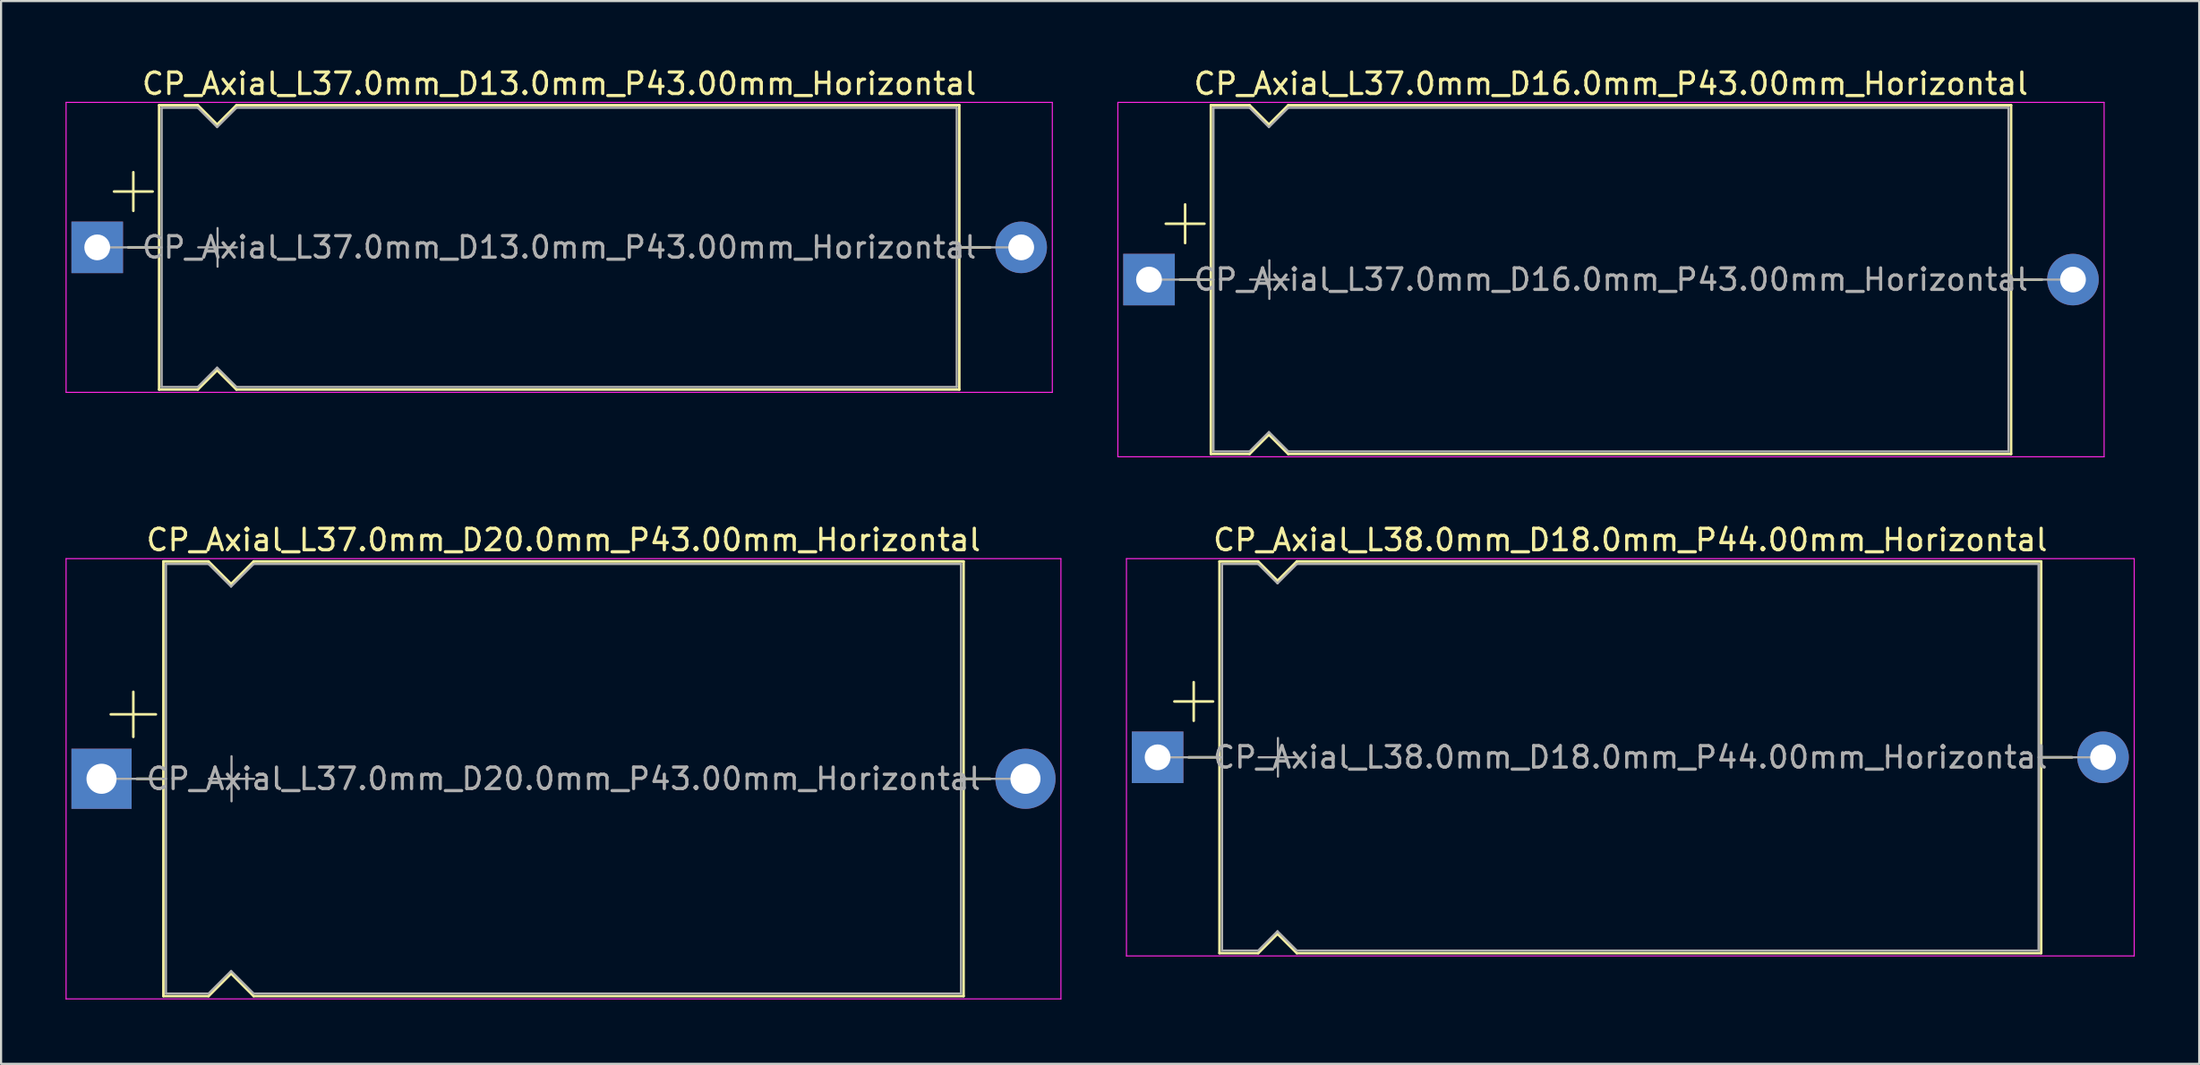
<source format=kicad_pcb>
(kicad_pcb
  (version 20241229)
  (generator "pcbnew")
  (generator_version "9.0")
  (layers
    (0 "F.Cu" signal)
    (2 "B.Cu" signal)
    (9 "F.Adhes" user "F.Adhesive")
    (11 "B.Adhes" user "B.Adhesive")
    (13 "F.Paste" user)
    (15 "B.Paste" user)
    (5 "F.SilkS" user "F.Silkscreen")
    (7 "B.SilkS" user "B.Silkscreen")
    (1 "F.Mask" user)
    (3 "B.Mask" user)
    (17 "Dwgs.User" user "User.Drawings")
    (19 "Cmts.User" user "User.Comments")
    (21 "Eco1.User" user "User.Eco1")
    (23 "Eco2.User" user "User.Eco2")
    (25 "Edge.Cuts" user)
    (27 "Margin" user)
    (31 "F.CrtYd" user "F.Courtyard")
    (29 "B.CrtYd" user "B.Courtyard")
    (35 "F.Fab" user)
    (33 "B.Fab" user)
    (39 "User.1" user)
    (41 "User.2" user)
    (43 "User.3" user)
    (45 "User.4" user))
  (footprint "CP_Axial_L37.0mm_D13.0mm_P43.00mm_Horizontal"
    (layer "F.Cu")
    (at 1.475 8.468)
    (property "Reference" "CP_Axial_L37.0mm_D13.0mm_P43.00mm_Horizontal" (at 21.5 -7.62 0) (layer "F.SilkS") (effects (font (size 1 1) (thickness 0.15))))
    (attr through_hole)
    (fp_line (start 0.78 -2.6) (end 2.58 -2.6) (stroke (width 0.12) (type solid)) (layer "F.SilkS"))
    (fp_line (start 1.44 0) (end 2.88 0) (stroke (width 0.12) (type solid)) (layer "F.SilkS"))
    (fp_line (start 1.68 -3.5) (end 1.68 -1.7) (stroke (width 0.12) (type solid)) (layer "F.SilkS"))
    (fp_line (start 2.88 -6.62) (end 2.88 6.62) (stroke (width 0.12) (type solid)) (layer "F.SilkS"))
    (fp_line (start 2.88 -6.62) (end 4.68 -6.62) (stroke (width 0.12) (type solid)) (layer "F.SilkS"))
    (fp_line (start 2.88 6.62) (end 4.68 6.62) (stroke (width 0.12) (type solid)) (layer "F.SilkS"))
    (fp_line (start 4.68 -6.62) (end 5.58 -5.72) (stroke (width 0.12) (type solid)) (layer "F.SilkS"))
    (fp_line (start 4.68 6.62) (end 5.58 5.72) (stroke (width 0.12) (type solid)) (layer "F.SilkS"))
    (fp_line (start 5.58 -5.72) (end 6.48 -6.62) (stroke (width 0.12) (type solid)) (layer "F.SilkS"))
    (fp_line (start 5.58 5.72) (end 6.48 6.62) (stroke (width 0.12) (type solid)) (layer "F.SilkS"))
    (fp_line (start 6.48 -6.62) (end 40.12 -6.62) (stroke (width 0.12) (type solid)) (layer "F.SilkS"))
    (fp_line (start 6.48 6.62) (end 40.12 6.62) (stroke (width 0.12) (type solid)) (layer "F.SilkS"))
    (fp_line (start 40.12 -6.62) (end 40.12 6.62) (stroke (width 0.12) (type solid)) (layer "F.SilkS"))
    (fp_line (start 41.56 0) (end 40.12 0) (stroke (width 0.12) (type solid)) (layer "F.SilkS"))
    (fp_line (start -1.45 -6.75) (end -1.45 6.75) (stroke (width 0.05) (type solid)) (layer "F.CrtYd"))
    (fp_line (start -1.45 6.75) (end 44.45 6.75) (stroke (width 0.05) (type solid)) (layer "F.CrtYd"))
    (fp_line (start 44.45 -6.75) (end -1.45 -6.75) (stroke (width 0.05) (type solid)) (layer "F.CrtYd"))
    (fp_line (start 44.45 6.75) (end 44.45 -6.75) (stroke (width 0.05) (type solid)) (layer "F.CrtYd"))
    (fp_line (start 0 0) (end 3 0) (stroke (width 0.1) (type solid)) (layer "F.Fab"))
    (fp_line (start 3 -6.5) (end 3 6.5) (stroke (width 0.1) (type solid)) (layer "F.Fab"))
    (fp_line (start 3 -6.5) (end 4.68 -6.5) (stroke (width 0.1) (type solid)) (layer "F.Fab"))
    (fp_line (start 3 6.5) (end 4.68 6.5) (stroke (width 0.1) (type solid)) (layer "F.Fab"))
    (fp_line (start 4.68 -6.5) (end 5.58 -5.6) (stroke (width 0.1) (type solid)) (layer "F.Fab"))
    (fp_line (start 4.68 6.5) (end 5.58 5.6) (stroke (width 0.1) (type solid)) (layer "F.Fab"))
    (fp_line (start 4.7 0) (end 6.5 0) (stroke (width 0.1) (type solid)) (layer "F.Fab"))
    (fp_line (start 5.58 -5.6) (end 6.48 -6.5) (stroke (width 0.1) (type solid)) (layer "F.Fab"))
    (fp_line (start 5.58 5.6) (end 6.48 6.5) (stroke (width 0.1) (type solid)) (layer "F.Fab"))
    (fp_line (start 5.6 -0.9) (end 5.6 0.9) (stroke (width 0.1) (type solid)) (layer "F.Fab"))
    (fp_line (start 6.48 -6.5) (end 40 -6.5) (stroke (width 0.1) (type solid)) (layer "F.Fab"))
    (fp_line (start 6.48 6.5) (end 40 6.5) (stroke (width 0.1) (type solid)) (layer "F.Fab"))
    (fp_line (start 40 -6.5) (end 40 6.5) (stroke (width 0.1) (type solid)) (layer "F.Fab"))
    (fp_line (start 43 0) (end 40 0) (stroke (width 0.1) (type solid)) (layer "F.Fab"))
    (fp_text user "${REFERENCE}" (at 21.5 0 0) (layer "F.Fab") (effects (font (size 1 1) (thickness 0.15))))
    (pad "1" thru_hole rect (at 0 0) (size 2.4 2.4) (drill 1.2) (layers "*.Cu" "*.Mask"))
    (pad "2" thru_hole oval (at 43 0) (size 2.4 2.4) (drill 1.2) (layers "*.Cu" "*.Mask")))
  (footprint "CP_Axial_L37.0mm_D20.0mm_P43.00mm_Horizontal"
    (layer "F.Cu")
    (at 1.675 33.212)
    (property "Reference" "CP_Axial_L37.0mm_D20.0mm_P43.00mm_Horizontal" (at 21.5 -11.12 0) (layer "F.SilkS") (effects (font (size 1 1) (thickness 0.15))))
    (attr through_hole)
    (fp_line (start 0.43 -3) (end 2.53 -3) (stroke (width 0.12) (type solid)) (layer "F.SilkS"))
    (fp_line (start 1.48 -4.05) (end 1.48 -1.95) (stroke (width 0.12) (type solid)) (layer "F.SilkS"))
    (fp_line (start 1.64 0) (end 2.88 0) (stroke (width 0.12) (type solid)) (layer "F.SilkS"))
    (fp_line (start 2.88 -10.12) (end 2.88 10.12) (stroke (width 0.12) (type solid)) (layer "F.SilkS"))
    (fp_line (start 2.88 -10.12) (end 4.98 -10.12) (stroke (width 0.12) (type solid)) (layer "F.SilkS"))
    (fp_line (start 2.88 10.12) (end 4.98 10.12) (stroke (width 0.12) (type solid)) (layer "F.SilkS"))
    (fp_line (start 4.98 -10.12) (end 6.03 -9.07) (stroke (width 0.12) (type solid)) (layer "F.SilkS"))
    (fp_line (start 4.98 10.12) (end 6.03 9.07) (stroke (width 0.12) (type solid)) (layer "F.SilkS"))
    (fp_line (start 6.03 -9.07) (end 7.08 -10.12) (stroke (width 0.12) (type solid)) (layer "F.SilkS"))
    (fp_line (start 6.03 9.07) (end 7.08 10.12) (stroke (width 0.12) (type solid)) (layer "F.SilkS"))
    (fp_line (start 7.08 -10.12) (end 40.12 -10.12) (stroke (width 0.12) (type solid)) (layer "F.SilkS"))
    (fp_line (start 7.08 10.12) (end 40.12 10.12) (stroke (width 0.12) (type solid)) (layer "F.SilkS"))
    (fp_line (start 40.12 -10.12) (end 40.12 10.12) (stroke (width 0.12) (type solid)) (layer "F.SilkS"))
    (fp_line (start 41.36 0) (end 40.12 0) (stroke (width 0.12) (type solid)) (layer "F.SilkS"))
    (fp_line (start -1.65 -10.25) (end -1.65 10.25) (stroke (width 0.05) (type solid)) (layer "F.CrtYd"))
    (fp_line (start -1.65 10.25) (end 44.65 10.25) (stroke (width 0.05) (type solid)) (layer "F.CrtYd"))
    (fp_line (start 44.65 -10.25) (end -1.65 -10.25) (stroke (width 0.05) (type solid)) (layer "F.CrtYd"))
    (fp_line (start 44.65 10.25) (end 44.65 -10.25) (stroke (width 0.05) (type solid)) (layer "F.CrtYd"))
    (fp_line (start 0 0) (end 3 0) (stroke (width 0.1) (type solid)) (layer "F.Fab"))
    (fp_line (start 3 -10) (end 3 10) (stroke (width 0.1) (type solid)) (layer "F.Fab"))
    (fp_line (start 3 -10) (end 4.98 -10) (stroke (width 0.1) (type solid)) (layer "F.Fab"))
    (fp_line (start 3 10) (end 4.98 10) (stroke (width 0.1) (type solid)) (layer "F.Fab"))
    (fp_line (start 4.98 -10) (end 6.03 -8.95) (stroke (width 0.1) (type solid)) (layer "F.Fab"))
    (fp_line (start 4.98 10) (end 6.03 8.95) (stroke (width 0.1) (type solid)) (layer "F.Fab"))
    (fp_line (start 5 0) (end 7.1 0) (stroke (width 0.1) (type solid)) (layer "F.Fab"))
    (fp_line (start 6.03 -8.95) (end 7.08 -10) (stroke (width 0.1) (type solid)) (layer "F.Fab"))
    (fp_line (start 6.03 8.95) (end 7.08 10) (stroke (width 0.1) (type solid)) (layer "F.Fab"))
    (fp_line (start 6.05 -1.05) (end 6.05 1.05) (stroke (width 0.1) (type solid)) (layer "F.Fab"))
    (fp_line (start 7.08 -10) (end 40 -10) (stroke (width 0.1) (type solid)) (layer "F.Fab"))
    (fp_line (start 7.08 10) (end 40 10) (stroke (width 0.1) (type solid)) (layer "F.Fab"))
    (fp_line (start 40 -10) (end 40 10) (stroke (width 0.1) (type solid)) (layer "F.Fab"))
    (fp_line (start 43 0) (end 40 0) (stroke (width 0.1) (type solid)) (layer "F.Fab"))
    (fp_text user "${REFERENCE}" (at 21.5 0 0) (layer "F.Fab") (effects (font (size 1 1) (thickness 0.15))))
    (pad "1" thru_hole rect (at 0 0) (size 2.8 2.8) (drill 1.4) (layers "*.Cu" "*.Mask"))
    (pad "2" thru_hole oval (at 43 0) (size 2.8 2.8) (drill 1.4) (layers "*.Cu" "*.Mask")))
  (footprint "CP_Axial_L37.0mm_D16.0mm_P43.00mm_Horizontal"
    (layer "F.Cu")
    (at 50.425 9.968)
    (property "Reference" "CP_Axial_L37.0mm_D16.0mm_P43.00mm_Horizontal" (at 21.5 -9.12 0) (layer "F.SilkS") (effects (font (size 1 1) (thickness 0.15))))
    (attr through_hole)
    (fp_line (start 0.78 -2.6) (end 2.58 -2.6) (stroke (width 0.12) (type solid)) (layer "F.SilkS"))
    (fp_line (start 1.44 0) (end 2.88 0) (stroke (width 0.12) (type solid)) (layer "F.SilkS"))
    (fp_line (start 1.68 -3.5) (end 1.68 -1.7) (stroke (width 0.12) (type solid)) (layer "F.SilkS"))
    (fp_line (start 2.88 -8.12) (end 2.88 8.12) (stroke (width 0.12) (type solid)) (layer "F.SilkS"))
    (fp_line (start 2.88 -8.12) (end 4.68 -8.12) (stroke (width 0.12) (type solid)) (layer "F.SilkS"))
    (fp_line (start 2.88 8.12) (end 4.68 8.12) (stroke (width 0.12) (type solid)) (layer "F.SilkS"))
    (fp_line (start 4.68 -8.12) (end 5.58 -7.22) (stroke (width 0.12) (type solid)) (layer "F.SilkS"))
    (fp_line (start 4.68 8.12) (end 5.58 7.22) (stroke (width 0.12) (type solid)) (layer "F.SilkS"))
    (fp_line (start 5.58 -7.22) (end 6.48 -8.12) (stroke (width 0.12) (type solid)) (layer "F.SilkS"))
    (fp_line (start 5.58 7.22) (end 6.48 8.12) (stroke (width 0.12) (type solid)) (layer "F.SilkS"))
    (fp_line (start 6.48 -8.12) (end 40.12 -8.12) (stroke (width 0.12) (type solid)) (layer "F.SilkS"))
    (fp_line (start 6.48 8.12) (end 40.12 8.12) (stroke (width 0.12) (type solid)) (layer "F.SilkS"))
    (fp_line (start 40.12 -8.12) (end 40.12 8.12) (stroke (width 0.12) (type solid)) (layer "F.SilkS"))
    (fp_line (start 41.56 0) (end 40.12 0) (stroke (width 0.12) (type solid)) (layer "F.SilkS"))
    (fp_line (start -1.45 -8.25) (end -1.45 8.25) (stroke (width 0.05) (type solid)) (layer "F.CrtYd"))
    (fp_line (start -1.45 8.25) (end 44.45 8.25) (stroke (width 0.05) (type solid)) (layer "F.CrtYd"))
    (fp_line (start 44.45 -8.25) (end -1.45 -8.25) (stroke (width 0.05) (type solid)) (layer "F.CrtYd"))
    (fp_line (start 44.45 8.25) (end 44.45 -8.25) (stroke (width 0.05) (type solid)) (layer "F.CrtYd"))
    (fp_line (start 0 0) (end 3 0) (stroke (width 0.1) (type solid)) (layer "F.Fab"))
    (fp_line (start 3 -8) (end 3 8) (stroke (width 0.1) (type solid)) (layer "F.Fab"))
    (fp_line (start 3 -8) (end 4.68 -8) (stroke (width 0.1) (type solid)) (layer "F.Fab"))
    (fp_line (start 3 8) (end 4.68 8) (stroke (width 0.1) (type solid)) (layer "F.Fab"))
    (fp_line (start 4.68 -8) (end 5.58 -7.1) (stroke (width 0.1) (type solid)) (layer "F.Fab"))
    (fp_line (start 4.68 8) (end 5.58 7.1) (stroke (width 0.1) (type solid)) (layer "F.Fab"))
    (fp_line (start 4.7 0) (end 6.5 0) (stroke (width 0.1) (type solid)) (layer "F.Fab"))
    (fp_line (start 5.58 -7.1) (end 6.48 -8) (stroke (width 0.1) (type solid)) (layer "F.Fab"))
    (fp_line (start 5.58 7.1) (end 6.48 8) (stroke (width 0.1) (type solid)) (layer "F.Fab"))
    (fp_line (start 5.6 -0.9) (end 5.6 0.9) (stroke (width 0.1) (type solid)) (layer "F.Fab"))
    (fp_line (start 6.48 -8) (end 40 -8) (stroke (width 0.1) (type solid)) (layer "F.Fab"))
    (fp_line (start 6.48 8) (end 40 8) (stroke (width 0.1) (type solid)) (layer "F.Fab"))
    (fp_line (start 40 -8) (end 40 8) (stroke (width 0.1) (type solid)) (layer "F.Fab"))
    (fp_line (start 43 0) (end 40 0) (stroke (width 0.1) (type solid)) (layer "F.Fab"))
    (fp_text user "${REFERENCE}" (at 21.5 0 0) (layer "F.Fab") (effects (font (size 1 1) (thickness 0.15))))
    (pad "1" thru_hole rect (at 0 0) (size 2.4 2.4) (drill 1.2) (layers "*.Cu" "*.Mask"))
    (pad "2" thru_hole oval (at 43 0) (size 2.4 2.4) (drill 1.2) (layers "*.Cu" "*.Mask")))
  (footprint "CP_Axial_L38.0mm_D18.0mm_P44.00mm_Horizontal"
    (layer "F.Cu")
    (at 50.825 32.212)
    (property "Reference" "CP_Axial_L38.0mm_D18.0mm_P44.00mm_Horizontal" (at 22 -10.12 0) (layer "F.SilkS") (effects (font (size 1 1) (thickness 0.15))))
    (attr through_hole)
    (fp_line (start 0.78 -2.6) (end 2.58 -2.6) (stroke (width 0.12) (type solid)) (layer "F.SilkS"))
    (fp_line (start 1.44 0) (end 2.88 0) (stroke (width 0.12) (type solid)) (layer "F.SilkS"))
    (fp_line (start 1.68 -3.5) (end 1.68 -1.7) (stroke (width 0.12) (type solid)) (layer "F.SilkS"))
    (fp_line (start 2.88 -9.12) (end 2.88 9.12) (stroke (width 0.12) (type solid)) (layer "F.SilkS"))
    (fp_line (start 2.88 -9.12) (end 4.68 -9.12) (stroke (width 0.12) (type solid)) (layer "F.SilkS"))
    (fp_line (start 2.88 9.12) (end 4.68 9.12) (stroke (width 0.12) (type solid)) (layer "F.SilkS"))
    (fp_line (start 4.68 -9.12) (end 5.58 -8.22) (stroke (width 0.12) (type solid)) (layer "F.SilkS"))
    (fp_line (start 4.68 9.12) (end 5.58 8.22) (stroke (width 0.12) (type solid)) (layer "F.SilkS"))
    (fp_line (start 5.58 -8.22) (end 6.48 -9.12) (stroke (width 0.12) (type solid)) (layer "F.SilkS"))
    (fp_line (start 5.58 8.22) (end 6.48 9.12) (stroke (width 0.12) (type solid)) (layer "F.SilkS"))
    (fp_line (start 6.48 -9.12) (end 41.12 -9.12) (stroke (width 0.12) (type solid)) (layer "F.SilkS"))
    (fp_line (start 6.48 9.12) (end 41.12 9.12) (stroke (width 0.12) (type solid)) (layer "F.SilkS"))
    (fp_line (start 41.12 -9.12) (end 41.12 9.12) (stroke (width 0.12) (type solid)) (layer "F.SilkS"))
    (fp_line (start 42.56 0) (end 41.12 0) (stroke (width 0.12) (type solid)) (layer "F.SilkS"))
    (fp_line (start -1.45 -9.25) (end -1.45 9.25) (stroke (width 0.05) (type solid)) (layer "F.CrtYd"))
    (fp_line (start -1.45 9.25) (end 45.45 9.25) (stroke (width 0.05) (type solid)) (layer "F.CrtYd"))
    (fp_line (start 45.45 -9.25) (end -1.45 -9.25) (stroke (width 0.05) (type solid)) (layer "F.CrtYd"))
    (fp_line (start 45.45 9.25) (end 45.45 -9.25) (stroke (width 0.05) (type solid)) (layer "F.CrtYd"))
    (fp_line (start 0 0) (end 3 0) (stroke (width 0.1) (type solid)) (layer "F.Fab"))
    (fp_line (start 3 -9) (end 3 9) (stroke (width 0.1) (type solid)) (layer "F.Fab"))
    (fp_line (start 3 -9) (end 4.68 -9) (stroke (width 0.1) (type solid)) (layer "F.Fab"))
    (fp_line (start 3 9) (end 4.68 9) (stroke (width 0.1) (type solid)) (layer "F.Fab"))
    (fp_line (start 4.68 -9) (end 5.58 -8.1) (stroke (width 0.1) (type solid)) (layer "F.Fab"))
    (fp_line (start 4.68 9) (end 5.58 8.1) (stroke (width 0.1) (type solid)) (layer "F.Fab"))
    (fp_line (start 4.7 0) (end 6.5 0) (stroke (width 0.1) (type solid)) (layer "F.Fab"))
    (fp_line (start 5.58 -8.1) (end 6.48 -9) (stroke (width 0.1) (type solid)) (layer "F.Fab"))
    (fp_line (start 5.58 8.1) (end 6.48 9) (stroke (width 0.1) (type solid)) (layer "F.Fab"))
    (fp_line (start 5.6 -0.9) (end 5.6 0.9) (stroke (width 0.1) (type solid)) (layer "F.Fab"))
    (fp_line (start 6.48 -9) (end 41 -9) (stroke (width 0.1) (type solid)) (layer "F.Fab"))
    (fp_line (start 6.48 9) (end 41 9) (stroke (width 0.1) (type solid)) (layer "F.Fab"))
    (fp_line (start 41 -9) (end 41 9) (stroke (width 0.1) (type solid)) (layer "F.Fab"))
    (fp_line (start 44 0) (end 41 0) (stroke (width 0.1) (type solid)) (layer "F.Fab"))
    (fp_text user "${REFERENCE}" (at 22 0 0) (layer "F.Fab") (effects (font (size 1 1) (thickness 0.15))))
    (pad "1" thru_hole rect (at 0 0) (size 2.4 2.4) (drill 1.2) (layers "*.Cu" "*.Mask"))
    (pad "2" thru_hole oval (at 44 0) (size 2.4 2.4) (drill 1.2) (layers "*.Cu" "*.Mask")))
  (gr_rect
    (start -3 -3)
    (end 99.3 46.486)
    (stroke (width 0.1) (type default))
    (fill no)
    (layer "Edge.Cuts")))
</source>
